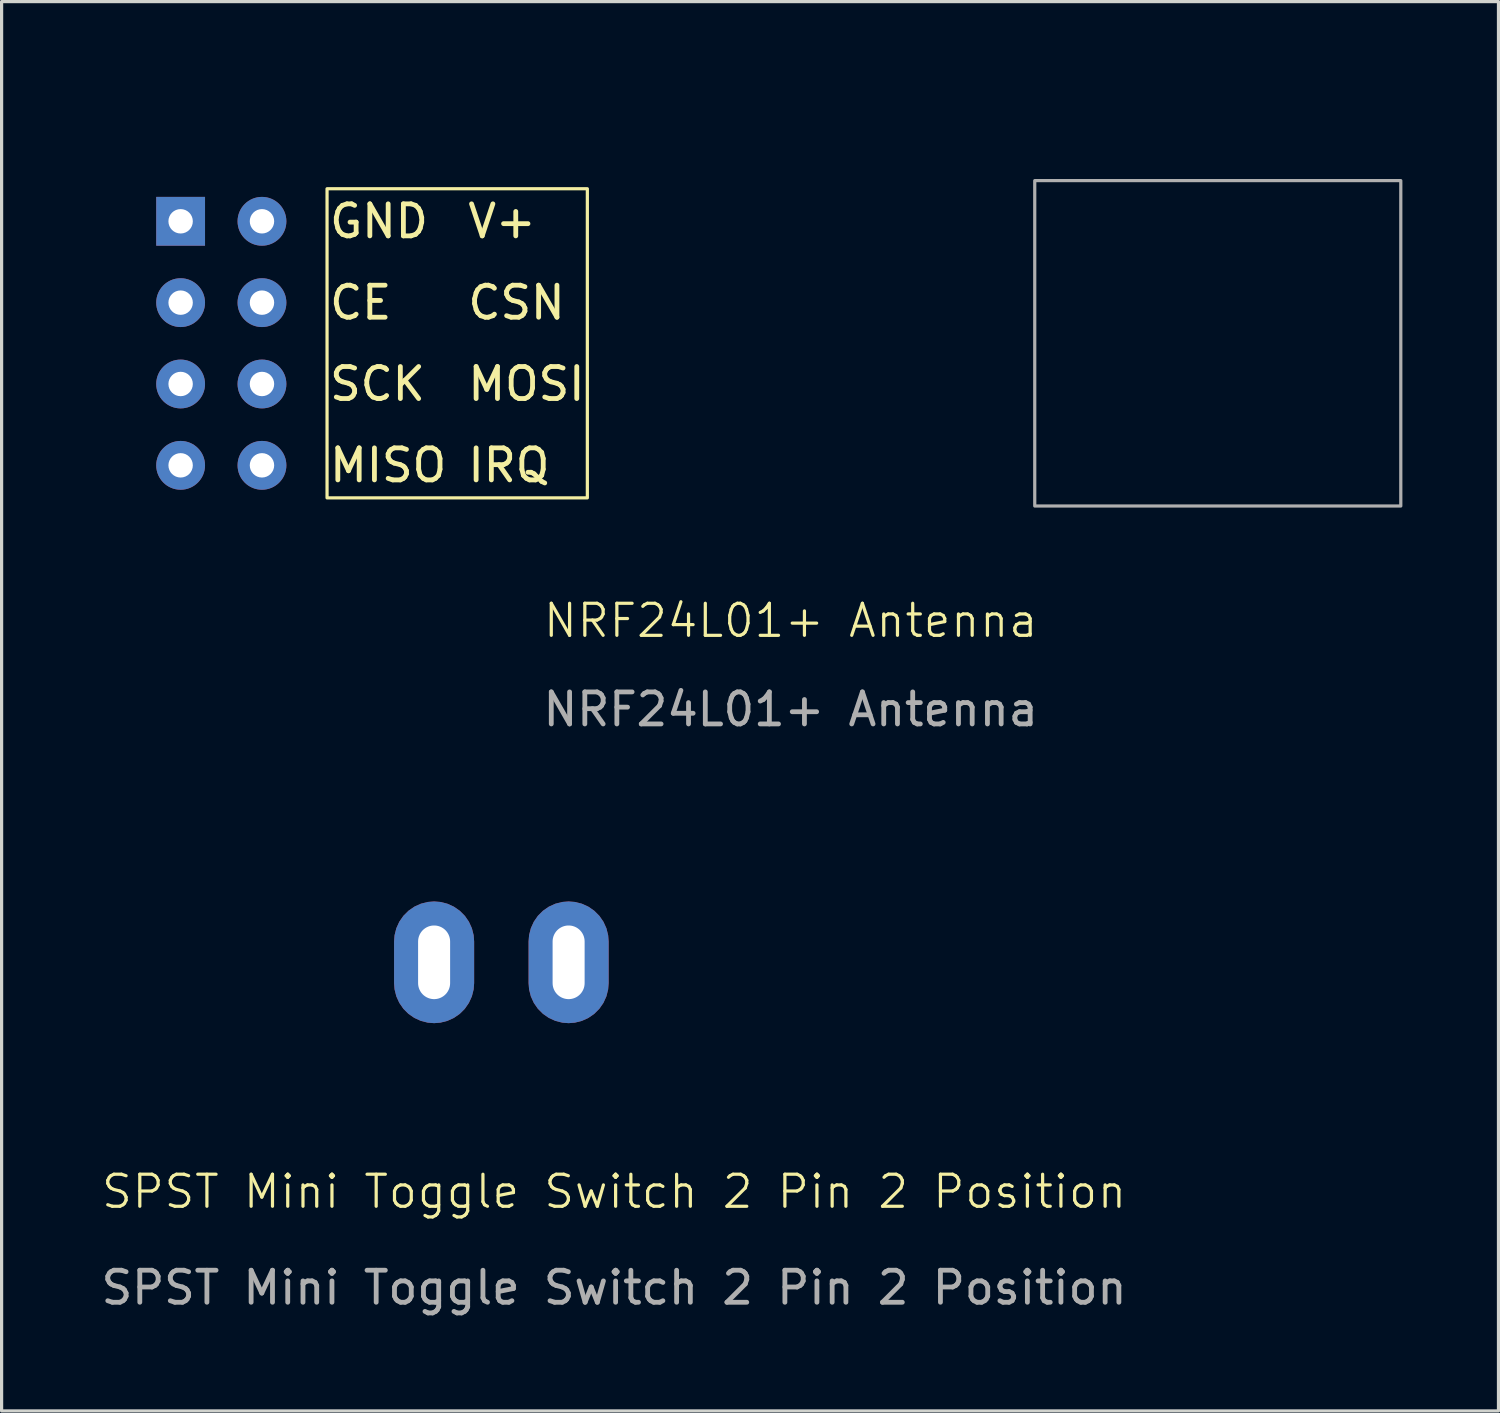
<source format=kicad_pcb>
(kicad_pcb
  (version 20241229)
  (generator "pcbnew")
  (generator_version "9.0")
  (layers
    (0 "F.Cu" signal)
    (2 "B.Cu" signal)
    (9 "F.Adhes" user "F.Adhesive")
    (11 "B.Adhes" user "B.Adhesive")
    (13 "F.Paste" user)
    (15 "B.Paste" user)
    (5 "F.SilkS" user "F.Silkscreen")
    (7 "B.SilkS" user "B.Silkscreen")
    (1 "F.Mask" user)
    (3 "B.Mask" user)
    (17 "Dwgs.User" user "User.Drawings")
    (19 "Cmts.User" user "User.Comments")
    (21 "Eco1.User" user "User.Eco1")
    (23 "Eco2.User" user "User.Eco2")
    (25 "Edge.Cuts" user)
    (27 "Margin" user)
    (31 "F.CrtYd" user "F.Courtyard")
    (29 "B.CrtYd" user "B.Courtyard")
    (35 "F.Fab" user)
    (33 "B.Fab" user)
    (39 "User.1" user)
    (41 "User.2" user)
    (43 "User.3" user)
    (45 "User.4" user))
  (footprint "SPST Mini Toggle Switch 2 Pin 2 Position"
    (layer "F.Cu")
    (at 8.505 26.998)
    (property "Reference" "SPST Mini Toggle Switch 2 Pin 2 Position" (at 7.62 7.16 0) (unlocked yes) (layer "F.SilkS") (effects (font (size 1 1) (thickness 0.1))))
    (attr through_hole)
    (fp_rect (start 0 -4) (end 13 4) (stroke (width 0.1) (type default)) (fill no) (layer "Eco1.User"))
    (fp_text user "${REFERENCE}" (at 7.62 10.16 0) (unlocked yes) (layer "F.Fab") (effects (font (size 1 1) (thickness 0.15))))
    (pad "1" thru_hole roundrect (at 2 0 90) (size 3.8 2.5) (drill oval 2.3 1) (layers "*.Cu" "*.Mask") (roundrect_rratio 0.5))
    (pad "2" thru_hole roundrect (at 6.2 0 90) (size 3.8 2.5) (drill oval 2.3 1) (layers "*.Cu" "*.Mask") (roundrect_rratio 0.5)))
  (footprint "NRF24L01+ Antenna"
    (layer "F.Cu")
    (at 2.59 3.86)
    (property "Reference" "NRF24L01+ Antenna" (at 19.05 12.47 0) (unlocked yes) (layer "F.SilkS") (effects (font (size 1 1) (thickness 0.1))))
    (attr through_hole)
    (fp_rect (start 4.572 -1.016) (end 12.7 8.636) (stroke (width 0.1) (type default)) (fill no) (layer "F.SilkS"))
    (fp_rect (start -2.54 -3.81) (end 38.1 11.43) (stroke (width 0.1) (type solid)) (fill no) (layer "Eco1.User"))
    (fp_rect (start 26.67 -1.27) (end 38.1 8.89) (stroke (width 0.1) (type default)) (fill no) (layer "F.Fab"))
    (fp_text user "MOSI" (at 8.89 5.08 0) (unlocked yes) (layer "F.SilkS") (effects (font (size 1 1) (thickness 0.15)) (justify left)))
    (fp_text user "MISO" (at 4.572 7.62 0) (unlocked yes) (layer "F.SilkS") (effects (font (size 1 1) (thickness 0.15)) (justify left)))
    (fp_text user "SCK" (at 4.572 5.08 0) (unlocked yes) (layer "F.SilkS") (effects (font (size 1 1) (thickness 0.15)) (justify left)))
    (fp_text user "V+" (at 8.89 0 0) (unlocked yes) (layer "F.SilkS") (effects (font (size 1 1) (thickness 0.15)) (justify left)))
    (fp_text user "IRQ" (at 8.89 7.62 0) (unlocked yes) (layer "F.SilkS") (effects (font (size 1 1) (thickness 0.15)) (justify left)))
    (fp_text user "CSN" (at 8.89 2.54 0) (unlocked yes) (layer "F.SilkS") (effects (font (size 1 1) (thickness 0.15)) (justify left)))
    (fp_text user "CE" (at 4.572 2.54 0) (unlocked yes) (layer "F.SilkS") (effects (font (size 1 1) (thickness 0.15)) (justify left)))
    (fp_text user "GND" (at 4.572 0 0) (unlocked yes) (layer "F.SilkS") (effects (font (size 1 1) (thickness 0.15)) (justify left)))
    (fp_text user "Antenna" (at 29.21 3.81 0) (unlocked yes) (layer "Eco1.User") (effects (font (size 1 1) (thickness 0.15)) (justify left bottom)))
    (fp_text user "${REFERENCE}" (at 19.05 15.24 0) (unlocked yes) (layer "F.Fab") (effects (font (size 1 1) (thickness 0.15))))
    (pad "1" thru_hole circle (at 2.54 0) (size 1.524 1.524) (drill 0.762) (layers "*.Cu" "*.Mask"))
    (pad "2" thru_hole circle (at 2.54 2.54) (size 1.524 1.524) (drill 0.762) (layers "*.Cu" "*.Mask"))
    (pad "3" thru_hole circle (at 2.54 5.08) (size 1.524 1.524) (drill 0.762) (layers "*.Cu" "*.Mask"))
    (pad "4" thru_hole circle (at 2.54 7.62) (size 1.524 1.524) (drill 0.762) (layers "*.Cu" "*.Mask"))
    (pad "5" thru_hole circle (at 0 7.62) (size 1.524 1.524) (drill 0.762) (layers "*.Cu" "*.Mask"))
    (pad "6" thru_hole circle (at 0 5.08) (size 1.524 1.524) (drill 0.762) (layers "*.Cu" "*.Mask"))
    (pad "7" thru_hole circle (at 0 2.54) (size 1.524 1.524) (drill 0.762) (layers "*.Cu" "*.Mask"))
    (pad "8" thru_hole rect (at 0 0) (size 1.524 1.524) (drill 0.762) (layers "*.Cu" "*.Mask")))
  (gr_rect
    (start -3 -3)
    (end 43.74 41.007)
    (stroke (width 0.1) (type default))
    (fill no)
    (layer "Edge.Cuts")))
</source>
